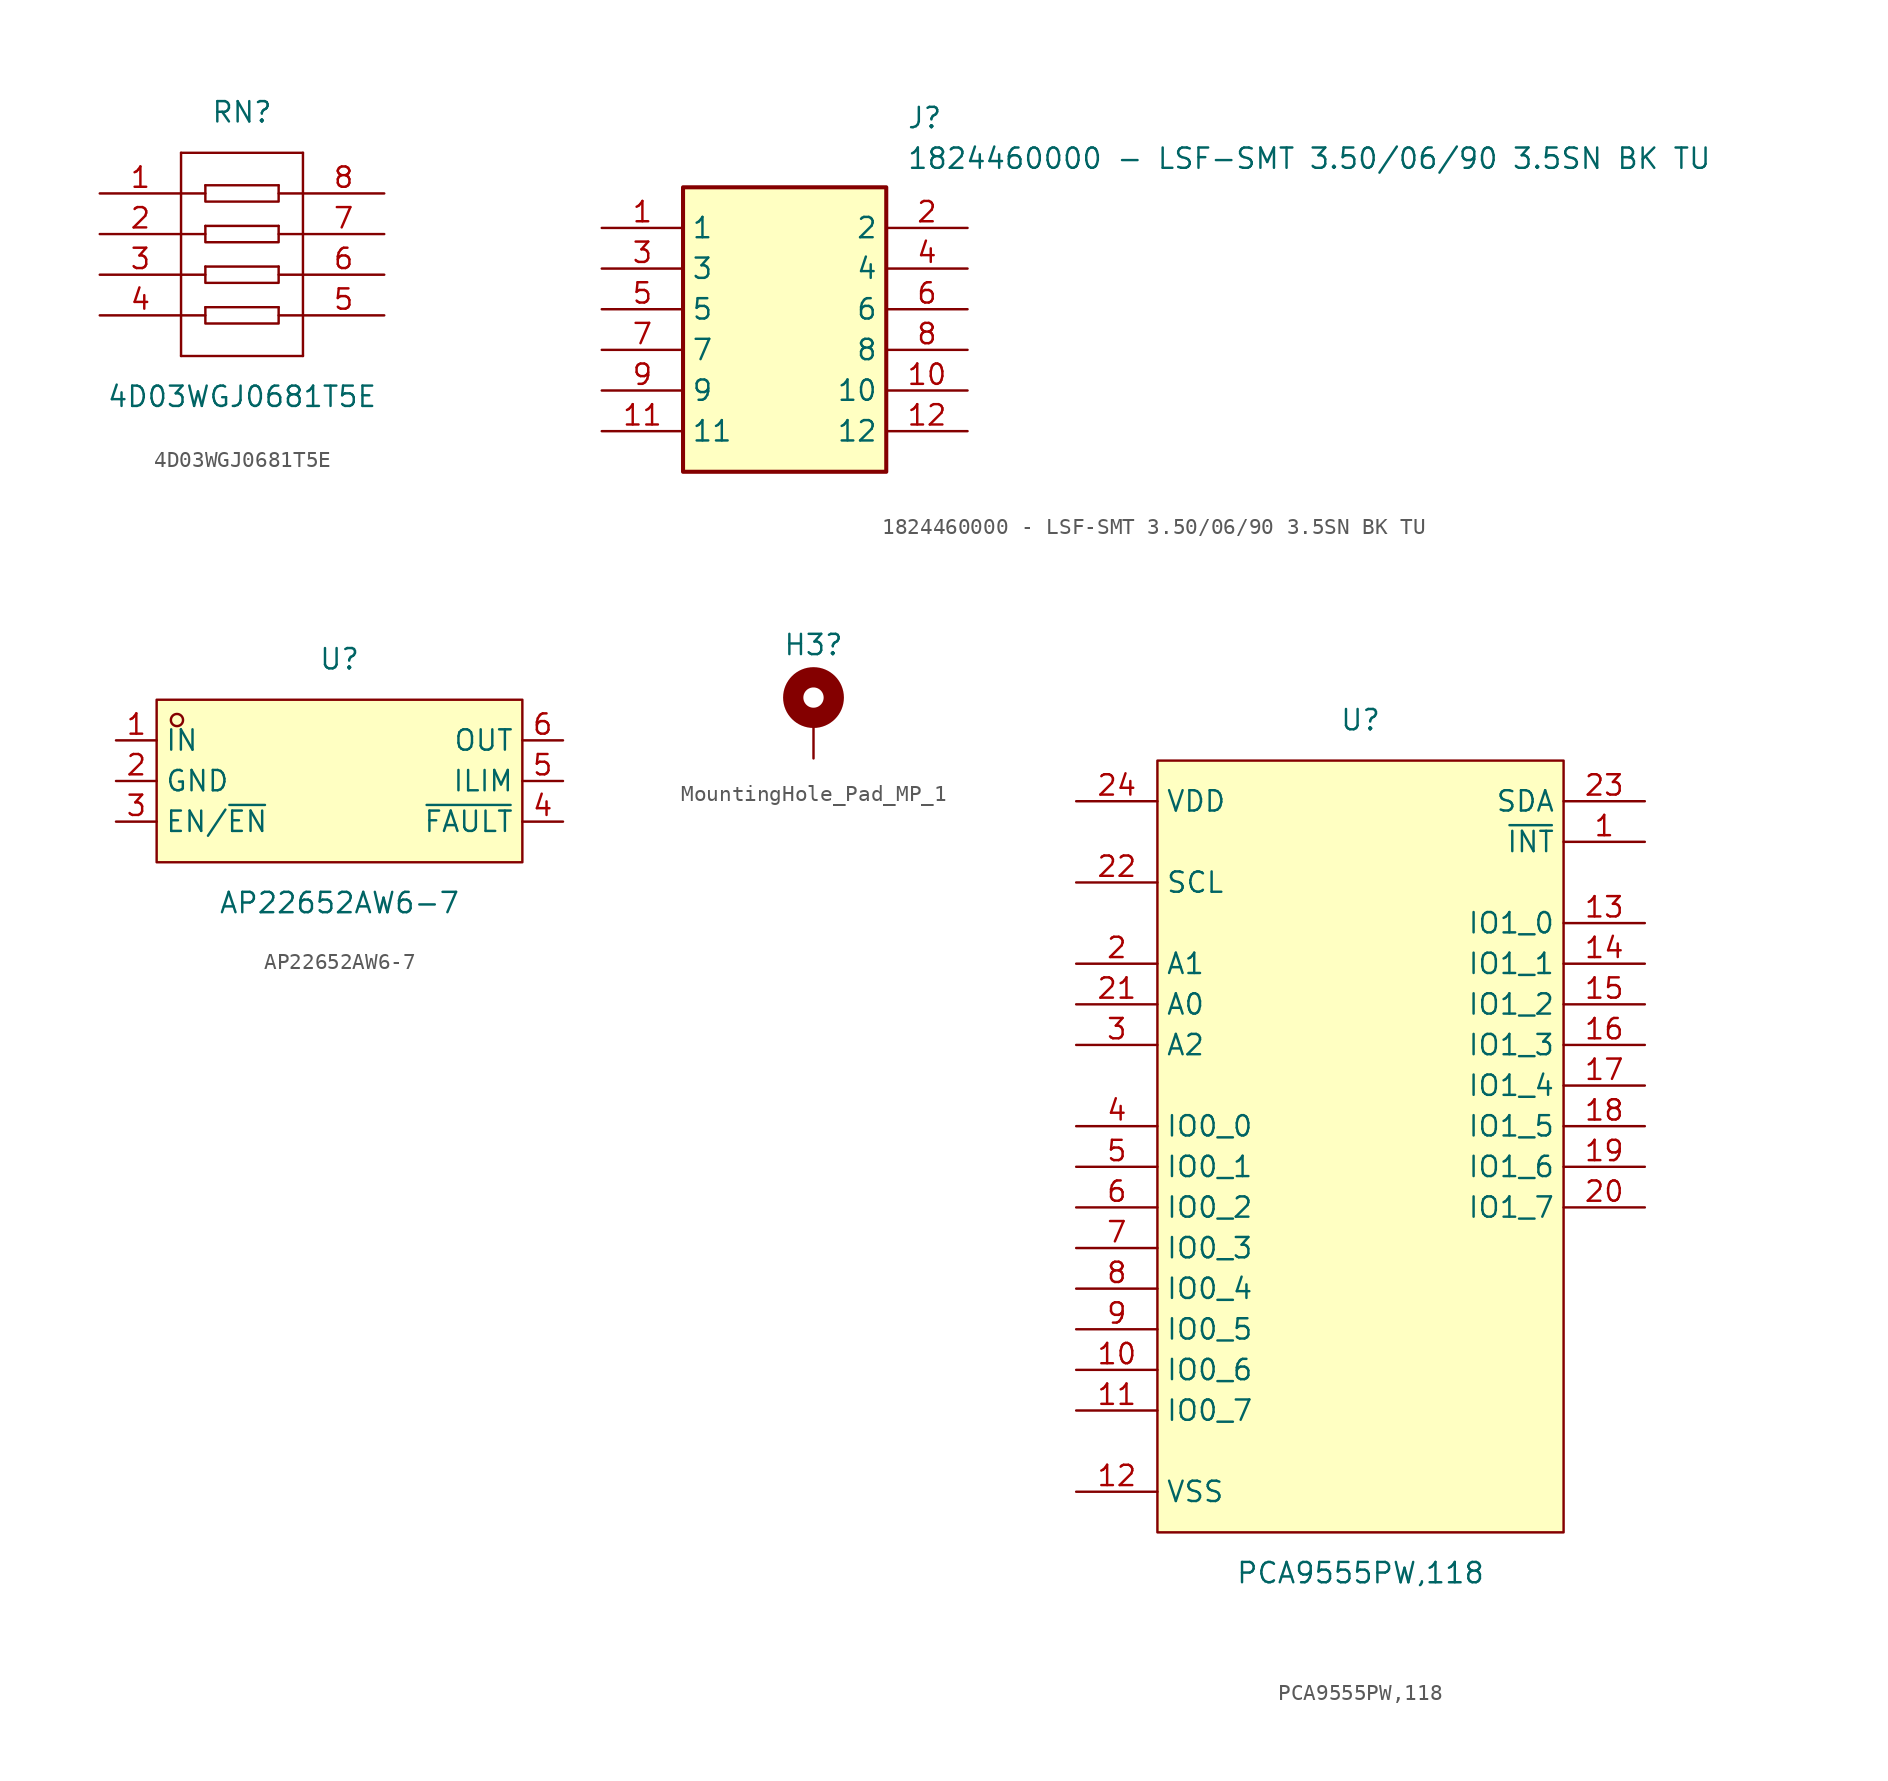
<source format=kicad_sym>
(kicad_symbol_lib
  (version 20231120)
  (generator "kicad_symbol_editor")
  (generator_version "8.0")
  (symbol "4D03WGJ0681T5E"
    (pin_names hide)
    (property "Reference" "RN"
      (at 0 8.89 0)
      (effects (font (size 1.27 1.27))))
    (property "Value" "4D03WGJ0681T5E"
      (at 0 -8.89 0)
      (effects (font (size 1.27 1.27))))
    (symbol "4D03WGJ0681T5E_0_1"
      (polyline (pts (xy -3.81 -6.35) (xy 3.81 -6.35)) (stroke (width 0) (type default)) (fill (type none)))
      (polyline (pts (xy -3.81 -3.81) (xy -2.29 -3.81)) (stroke (width 0) (type default)) (fill (type none)))
      (polyline (pts (xy -3.81 -1.27) (xy -2.29 -1.27)) (stroke (width 0) (type default)) (fill (type none)))
      (polyline (pts (xy -3.81 1.27) (xy -2.29 1.27)) (stroke (width 0) (type default)) (fill (type none)))
      (polyline (pts (xy -3.81 3.81) (xy -2.29 3.81)) (stroke (width 0) (type default)) (fill (type none)))
      (polyline (pts (xy -3.81 6.35) (xy -3.81 -6.35)) (stroke (width 0) (type default)) (fill (type none)))
      (polyline (pts (xy -3.81 6.35) (xy 3.81 6.35)) (stroke (width 0) (type default)) (fill (type none)))
      (polyline (pts (xy -2.29 -3.3) (xy 2.29 -3.3)) (stroke (width 0) (type default)) (fill (type none)))
      (polyline (pts (xy -2.29 -0.76) (xy 2.29 -0.76)) (stroke (width 0) (type default)) (fill (type none)))
      (polyline (pts (xy -2.29 1.78) (xy 2.29 1.78)) (stroke (width 0) (type default)) (fill (type none)))
      (polyline (pts (xy -2.29 4.32) (xy 2.29 4.32)) (stroke (width 0) (type default)) (fill (type none)))
      (polyline (pts (xy 2.29 -3.81) (xy 3.81 -3.81)) (stroke (width 0) (type default)) (fill (type none)))
      (polyline (pts (xy 2.29 -1.27) (xy 3.81 -1.27)) (stroke (width 0) (type default)) (fill (type none)))
      (polyline (pts (xy 2.29 1.27) (xy 3.81 1.27)) (stroke (width 0) (type default)) (fill (type none)))
      (polyline (pts (xy 2.29 3.81) (xy 3.81 3.81)) (stroke (width 0) (type default)) (fill (type none)))
      (polyline (pts (xy 3.81 6.35) (xy 3.81 -6.35)) (stroke (width 0) (type default)) (fill (type none)))
      (polyline (pts (xy -2.29 -3.3) (xy -2.29 -4.32) (xy 2.29 -4.32) (xy 2.29 -3.3)) (stroke (width 0) (type default)) (fill (type none)))
      (polyline (pts (xy -2.29 -0.76) (xy -2.29 -1.78) (xy 2.29 -1.78) (xy 2.29 -0.76)) (stroke (width 0) (type default)) (fill (type none)))
      (polyline (pts (xy -2.29 1.78) (xy -2.29 0.76) (xy 2.29 0.76) (xy 2.29 1.78)) (stroke (width 0) (type default)) (fill (type none)))
      (polyline (pts (xy -2.29 4.32) (xy -2.29 3.3) (xy 2.29 3.3) (xy 2.29 4.32)) (stroke (width 0) (type default)) (fill (type none))))
    (symbol "4D03WGJ0681T5E_1_1"
      (pin passive line (at -8.89 3.81 0) (length 5.08) (name "1" (effects (font (size 1.27 1.27)))) (number "1" (effects (font (size 1.27 1.27)))))
      (pin passive line (at -8.89 1.27 0) (length 5.08) (name "2" (effects (font (size 1.27 1.27)))) (number "2" (effects (font (size 1.27 1.27)))))
      (pin passive line (at -8.89 -1.27 0) (length 5.08) (name "3" (effects (font (size 1.27 1.27)))) (number "3" (effects (font (size 1.27 1.27)))))
      (pin passive line (at -8.89 -3.81 0) (length 5.08) (name "4" (effects (font (size 1.27 1.27)))) (number "4" (effects (font (size 1.27 1.27)))))
      (pin passive line (at 8.89 -3.81 180) (length 5.08) (name "5" (effects (font (size 1.27 1.27)))) (number "5" (effects (font (size 1.27 1.27)))))
      (pin passive line (at 8.89 -1.27 180) (length 5.08) (name "6" (effects (font (size 1.27 1.27)))) (number "6" (effects (font (size 1.27 1.27)))))
      (pin passive line (at 8.89 1.27 180) (length 5.08) (name "7" (effects (font (size 1.27 1.27)))) (number "7" (effects (font (size 1.27 1.27)))))
      (pin passive line (at 8.89 3.81 180) (length 5.08) (name "8" (effects (font (size 1.27 1.27)))) (number "8" (effects (font (size 1.27 1.27)))))))
  (symbol "1824460000 - LSF-SMT 3.50/06/90 3.5SN BK TU"
    (property "Reference" "J"
      (at 19.05 7.62 0)
      (effects (font (size 1.27 1.27)) (justify left top)))
    (property "Value" "1824460000 - LSF-SMT 3.50/06/90 3.5SN BK TU"
      (at 19.05 5.08 0)
      (effects (font (size 1.27 1.27)) (justify left top)))
    (symbol "1824460000 - LSF-SMT 3.50/06/90 3.5SN BK TU_1_1"
      (rectangle (start 5.08 2.54) (end 17.78 -15.24) (stroke (width 0.254) (type default)) (fill (type background)))
      (pin passive line (at 0 0 0) (length 5.08) (name "1" (effects (font (size 1.27 1.27)))) (number "1" (effects (font (size 1.27 1.27)))))
      (pin passive line (at 22.86 -10.16 180) (length 5.08) (name "10" (effects (font (size 1.27 1.27)))) (number "10" (effects (font (size 1.27 1.27)))))
      (pin passive line (at 0 -12.7 0) (length 5.08) (name "11" (effects (font (size 1.27 1.27)))) (number "11" (effects (font (size 1.27 1.27)))))
      (pin passive line (at 22.86 -12.7 180) (length 5.08) (name "12" (effects (font (size 1.27 1.27)))) (number "12" (effects (font (size 1.27 1.27)))))
      (pin passive line (at 22.86 0 180) (length 5.08) (name "2" (effects (font (size 1.27 1.27)))) (number "2" (effects (font (size 1.27 1.27)))))
      (pin passive line (at 0 -2.54 0) (length 5.08) (name "3" (effects (font (size 1.27 1.27)))) (number "3" (effects (font (size 1.27 1.27)))))
      (pin passive line (at 22.86 -2.54 180) (length 5.08) (name "4" (effects (font (size 1.27 1.27)))) (number "4" (effects (font (size 1.27 1.27)))))
      (pin passive line (at 0 -5.08 0) (length 5.08) (name "5" (effects (font (size 1.27 1.27)))) (number "5" (effects (font (size 1.27 1.27)))))
      (pin passive line (at 22.86 -5.08 180) (length 5.08) (name "6" (effects (font (size 1.27 1.27)))) (number "6" (effects (font (size 1.27 1.27)))))
      (pin passive line (at 0 -7.62 0) (length 5.08) (name "7" (effects (font (size 1.27 1.27)))) (number "7" (effects (font (size 1.27 1.27)))))
      (pin passive line (at 22.86 -7.62 180) (length 5.08) (name "8" (effects (font (size 1.27 1.27)))) (number "8" (effects (font (size 1.27 1.27)))))
      (pin passive line (at 0 -10.16 0) (length 5.08) (name "9" (effects (font (size 1.27 1.27)))) (number "9" (effects (font (size 1.27 1.27)))))))
  (symbol "AP22652AW6-7"
    (property "Reference" "U"
      (at 0 7.62 0)
      (effects (font (size 1.27 1.27))))
    (property "Value" "AP22652AW6-7"
      (at 0 -7.62 0)
      (effects (font (size 1.27 1.27))))
    (symbol "AP22652AW6-7_0_1"
      (rectangle (start -11.43 5.08) (end 11.43 -5.08) (stroke (width 0) (type default)) (fill (type background)))
      (circle (center -10.16 3.81) (radius 0.38) (stroke (width 0) (type default)) (fill (type none))))
    (symbol "AP22652AW6-7_1_1"
      (pin power_in line (at -13.97 2.54 0) (length 2.54) (name "IN" (effects (font (size 1.27 1.27)))) (number "1" (effects (font (size 1.27 1.27)))))
      (pin power_in line (at -13.97 0 0) (length 2.54) (name "GND" (effects (font (size 1.27 1.27)))) (number "2" (effects (font (size 1.27 1.27)))))
      (pin input line (at -13.97 -2.54 0) (length 2.54) (name "EN/~{EN}" (effects (font (size 1.27 1.27)))) (number "3" (effects (font (size 1.27 1.27)))))
      (pin passive line (at 13.97 -2.54 180) (length 2.54) (name "~{FAULT}" (effects (font (size 1.27 1.27)))) (number "4" (effects (font (size 1.27 1.27)))))
      (pin passive line (at 13.97 0 180) (length 2.54) (name "ILIM" (effects (font (size 1.27 1.27)))) (number "5" (effects (font (size 1.27 1.27)))))
      (pin power_out line (at 13.97 2.54 180) (length 2.54) (name "OUT" (effects (font (size 1.27 1.27)))) (number "6" (effects (font (size 1.27 1.27)))))))
  (symbol "MountingHole_Pad_MP_1"
    (pin_numbers hide)
    (pin_names
      (offset 1.016) hide)
    (property "Reference" "H3"
      (at 0 4.572 0)
      (effects (font (size 1.27 1.27))))
    (symbol "MountingHole_Pad_MP_1_0_1"
      (circle (center 0 1.27) (radius 1.27) (stroke (width 1.27) (type default)) (fill (type none))))
    (symbol "MountingHole_Pad_MP_1_1_1"
      (pin passive line (at 0 -2.54 90) (length 2.54) (name "1" (effects (font (size 1.27 1.27)))) (number "1" (effects (font (size 1.27 1.27)))))))
  (symbol "PCA9555PW,118"
    (property "Reference" "U"
      (at 0 26.67 0)
      (effects (font (size 1.27 1.27))))
    (property "Value" "PCA9555PW,118"
      (at 0 -26.67 0)
      (effects (font (size 1.27 1.27))))
    (symbol "PCA9555PW,118_0_1"
      (rectangle (start -12.7 24.13) (end 12.7 -24.13) (stroke (width 0) (type default)) (fill (type background)))
      (pin output line (at 17.78 19.05 180) (length 5.08) (name "~{INT}" (effects (font (size 1.27 1.27)))) (number "1" (effects (font (size 1.27 1.27)))))
      (pin bidirectional line (at -17.78 -16.51 0) (length 5.08) (name "IO0_7" (effects (font (size 1.27 1.27)))) (number "11" (effects (font (size 1.27 1.27)))))
      (pin bidirectional line (at 17.78 11.43 180) (length 5.08) (name "IO1_1" (effects (font (size 1.27 1.27)))) (number "14" (effects (font (size 1.27 1.27)))))
      (pin bidirectional line (at 17.78 8.89 180) (length 5.08) (name "IO1_2" (effects (font (size 1.27 1.27)))) (number "15" (effects (font (size 1.27 1.27)))))
      (pin bidirectional line (at 17.78 6.35 180) (length 5.08) (name "IO1_3" (effects (font (size 1.27 1.27)))) (number "16" (effects (font (size 1.27 1.27)))))
      (pin bidirectional line (at 17.78 3.81 180) (length 5.08) (name "IO1_4" (effects (font (size 1.27 1.27)))) (number "17" (effects (font (size 1.27 1.27)))))
      (pin bidirectional line (at 17.78 1.27 180) (length 5.08) (name "IO1_5" (effects (font (size 1.27 1.27)))) (number "18" (effects (font (size 1.27 1.27)))))
      (pin bidirectional line (at 17.78 -1.27 180) (length 5.08) (name "IO1_6" (effects (font (size 1.27 1.27)))) (number "19" (effects (font (size 1.27 1.27)))))
      (pin input line (at -17.78 11.43 0) (length 5.08) (name "A1" (effects (font (size 1.27 1.27)))) (number "2" (effects (font (size 1.27 1.27)))))
      (pin bidirectional line (at 17.78 -3.81 180) (length 5.08) (name "IO1_7" (effects (font (size 1.27 1.27)))) (number "20" (effects (font (size 1.27 1.27)))))
      (pin input line (at -17.78 8.89 0) (length 5.08) (name "A0" (effects (font (size 1.27 1.27)))) (number "21" (effects (font (size 1.27 1.27)))))
      (pin input line (at -17.78 16.51 0) (length 5.08) (name "SCL" (effects (font (size 1.27 1.27)))) (number "22" (effects (font (size 1.27 1.27)))))
      (pin power_in line (at -17.78 21.59 0) (length 5.08) (name "VDD" (effects (font (size 1.27 1.27)))) (number "24" (effects (font (size 1.27 1.27)))))
      (pin input line (at -17.78 6.35 0) (length 5.08) (name "A2" (effects (font (size 1.27 1.27)))) (number "3" (effects (font (size 1.27 1.27))))))
    (symbol "PCA9555PW,118_1_1"
      (pin bidirectional line (at -17.78 -13.97 0) (length 5.08) (name "IO0_6" (effects (font (size 1.27 1.27)))) (number "10" (effects (font (size 1.27 1.27)))))
      (pin power_in line (at -17.78 -21.59 0) (length 5.08) (name "VSS" (effects (font (size 1.27 1.27)))) (number "12" (effects (font (size 1.27 1.27)))))
      (pin bidirectional line (at 17.78 13.97 180) (length 5.08) (name "IO1_0" (effects (font (size 1.27 1.27)))) (number "13" (effects (font (size 1.27 1.27)))))
      (pin input line (at 17.78 21.59 180) (length 5.08) (name "SDA" (effects (font (size 1.27 1.27)))) (number "23" (effects (font (size 1.27 1.27)))))
      (pin bidirectional line (at -17.78 1.27 0) (length 5.08) (name "IO0_0" (effects (font (size 1.27 1.27)))) (number "4" (effects (font (size 1.27 1.27)))))
      (pin bidirectional line (at -17.78 -1.27 0) (length 5.08) (name "IO0_1" (effects (font (size 1.27 1.27)))) (number "5" (effects (font (size 1.27 1.27)))))
      (pin bidirectional line (at -17.78 -3.81 0) (length 5.08) (name "IO0_2" (effects (font (size 1.27 1.27)))) (number "6" (effects (font (size 1.27 1.27)))))
      (pin bidirectional line (at -17.78 -6.35 0) (length 5.08) (name "IO0_3" (effects (font (size 1.27 1.27)))) (number "7" (effects (font (size 1.27 1.27)))))
      (pin bidirectional line (at -17.78 -8.89 0) (length 5.08) (name "IO0_4" (effects (font (size 1.27 1.27)))) (number "8" (effects (font (size 1.27 1.27)))))
      (pin bidirectional line (at -17.78 -11.43 0) (length 5.08) (name "IO0_5" (effects (font (size 1.27 1.27)))) (number "9" (effects (font (size 1.27 1.27))))))))
</source>
